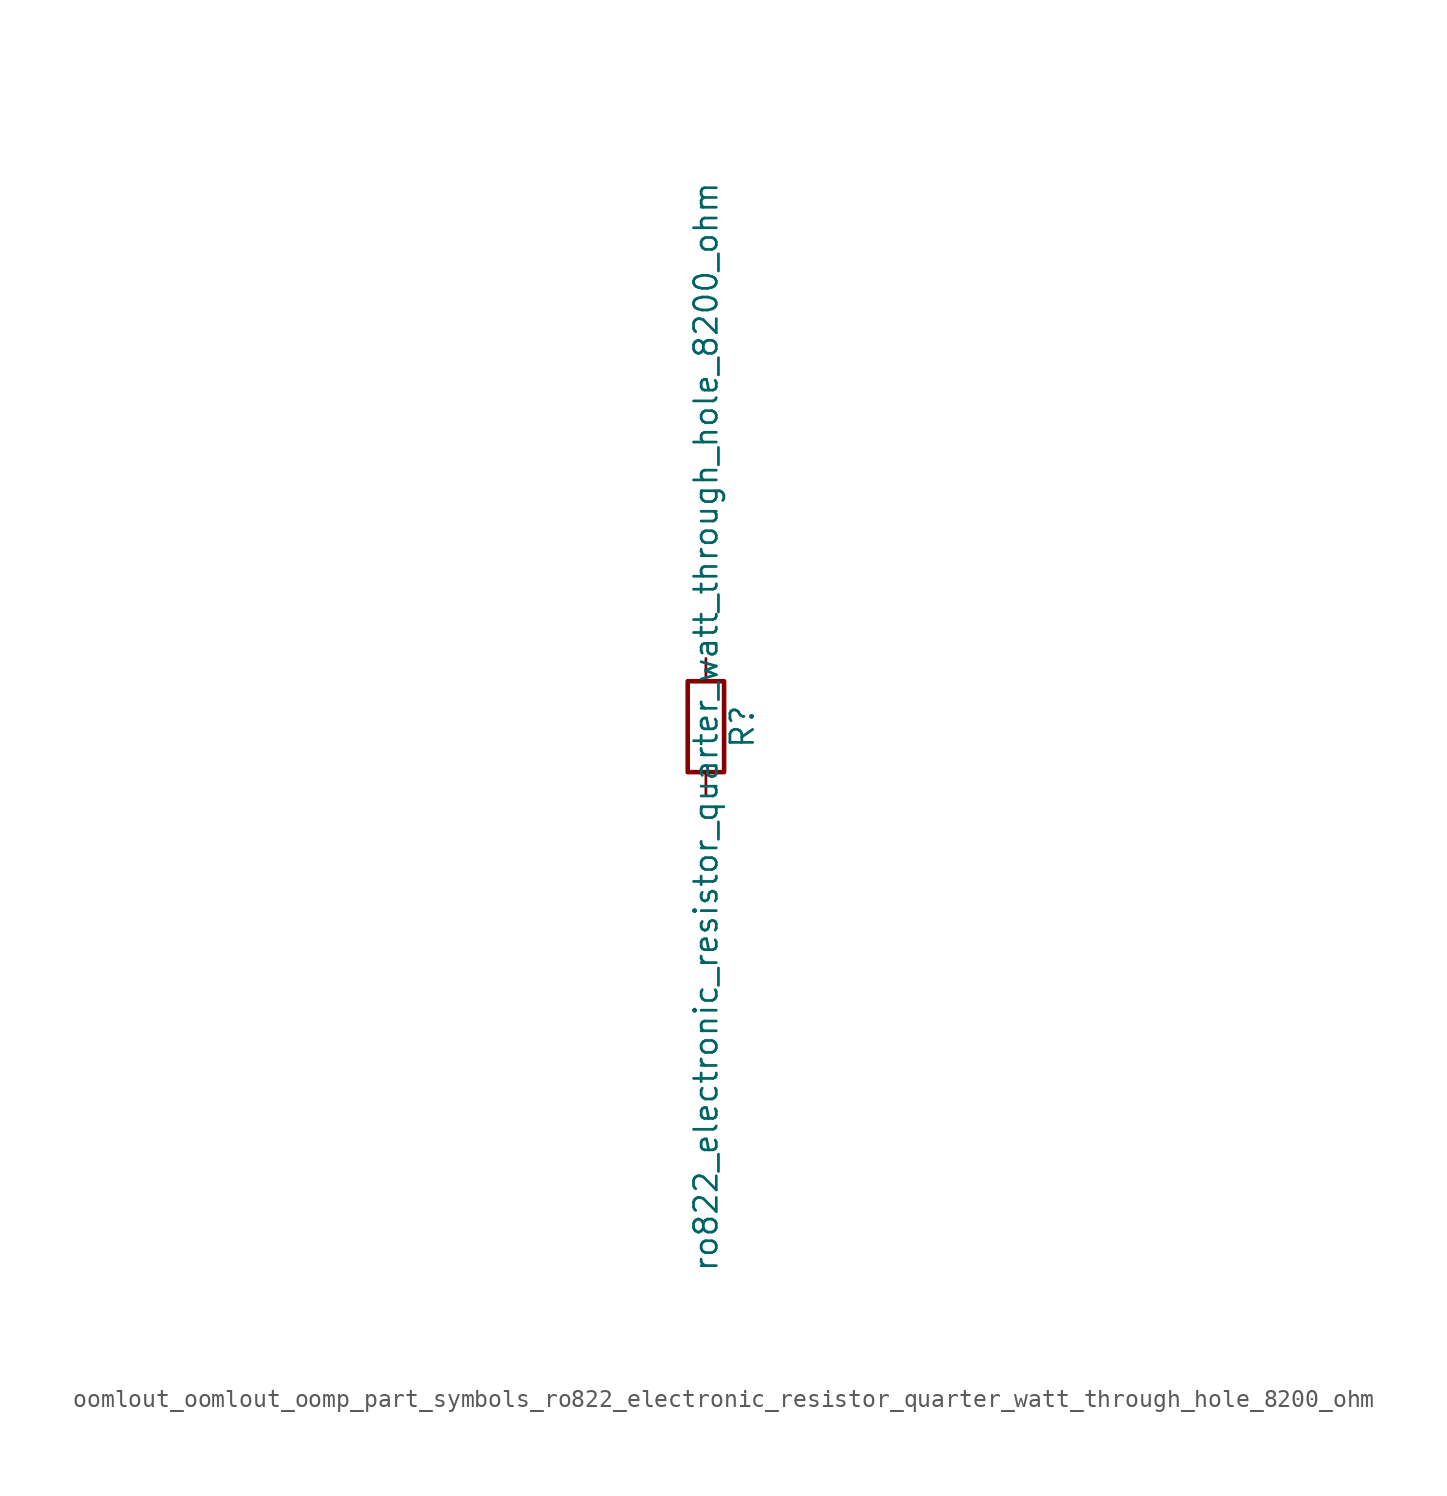
<source format=kicad_sym>
(kicad_symbol_lib
  (version 20220914)
  (generator kicad_symbol_editor)
  (symbol "oomlout_oomlout_oomp_part_symbols_ro822_electronic_resistor_quarter_watt_through_hole_8200_ohm"
    (pin_numbers hide)
    (pin_names
      (offset 0))
    (property "Reference" "R"
      (at 2.032 0 90)
      (effects (font (size 1.27 1.27))))
    (property "Value" "ro822_electronic_resistor_quarter_watt_through_hole_8200_ohm"
      (at 0 0 90)
      (effects (font (size 1.27 1.27))))
    (symbol "oomlout_oomlout_oomp_part_symbols_ro822_electronic_resistor_quarter_watt_through_hole_8200_ohm_0_1"
      (rectangle (start -1.016 -2.54) (end 1.016 2.54) (stroke (width 0.254) (type default)) (fill (type none))))
    (symbol "oomlout_oomlout_oomp_part_symbols_ro822_electronic_resistor_quarter_watt_through_hole_8200_ohm_1_1"
      (pin passive line (at 0 3.81 270) (length 1.27) (name "~" (effects (font (size 1.27 1.27)))) (number "1" (effects (font (size 1.27 1.27)))))
      (pin passive line (at 0 -3.81 90) (length 1.27) (name "~" (effects (font (size 1.27 1.27)))) (number "2" (effects (font (size 1.27 1.27))))))))
</source>
